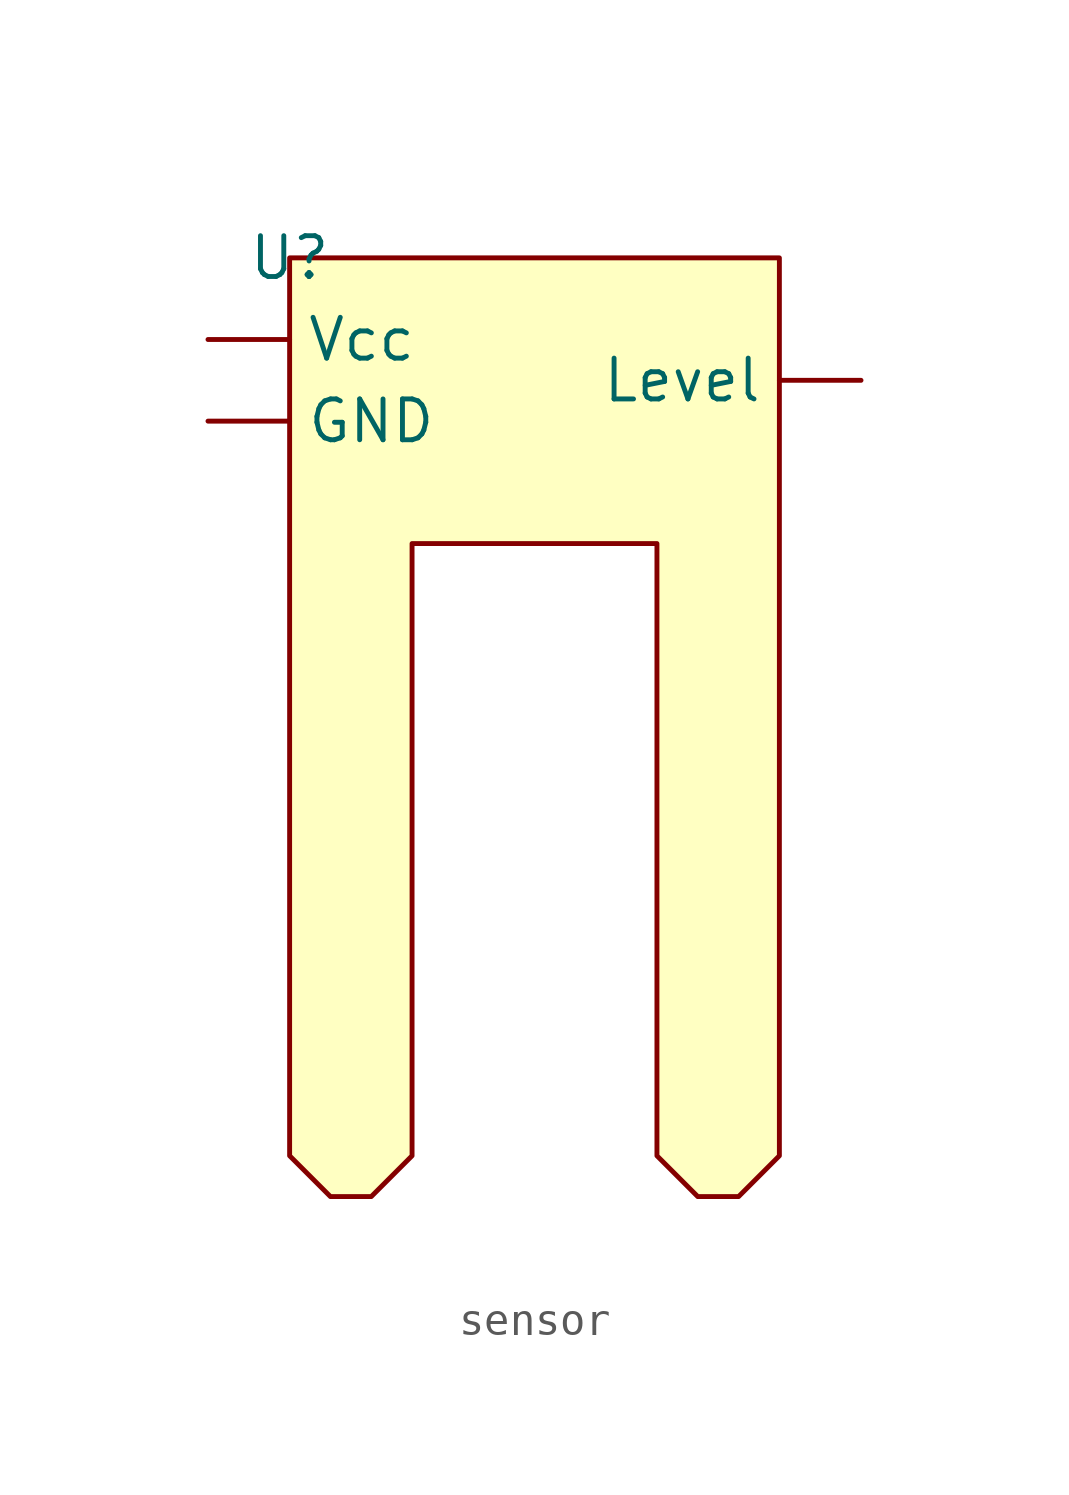
<source format=kicad_sym>
(kicad_symbol_lib
  (version 20220914)
  (generator kicad_symbol_editor)
  (symbol "sensor"
    (property "Reference" "U"
      (at 0 0 0)
      (effects (font (size 1.27 1.27))))
    (property "Value" ""
      (at 0 0 0)
      (effects (font (size 1.27 1.27))))
    (symbol "sensor_1_1"
      (polyline (pts (xy 0 0) (xy 0 -27.94) (xy 1.27 -29.21) (xy 2.54 -29.21) (xy 3.81 -27.94) (xy 3.81 -8.89) (xy 11.43 -8.89) (xy 11.43 -27.94) (xy 12.7 -29.21) (xy 13.97 -29.21) (xy 15.24 -27.94) (xy 15.24 0) (xy 0 0)) (stroke (width 0) (type default)) (fill (type background)))
      (pin power_in line (at -2.54 -5.08 0) (length 2.54) (name "GND" (effects (font (size 1.27 1.27)))) (number "" (effects (font (size 1.27 1.27)))))
      (pin output line (at 17.78 -3.81 180) (length 2.54) (name "Level" (effects (font (size 1.27 1.27)))) (number "" (effects (font (size 1.27 1.27)))))
      (pin power_in line (at -2.54 -2.54 0) (length 2.54) (name "Vcc" (effects (font (size 1.27 1.27)))) (number "" (effects (font (size 1.27 1.27))))))))
</source>
